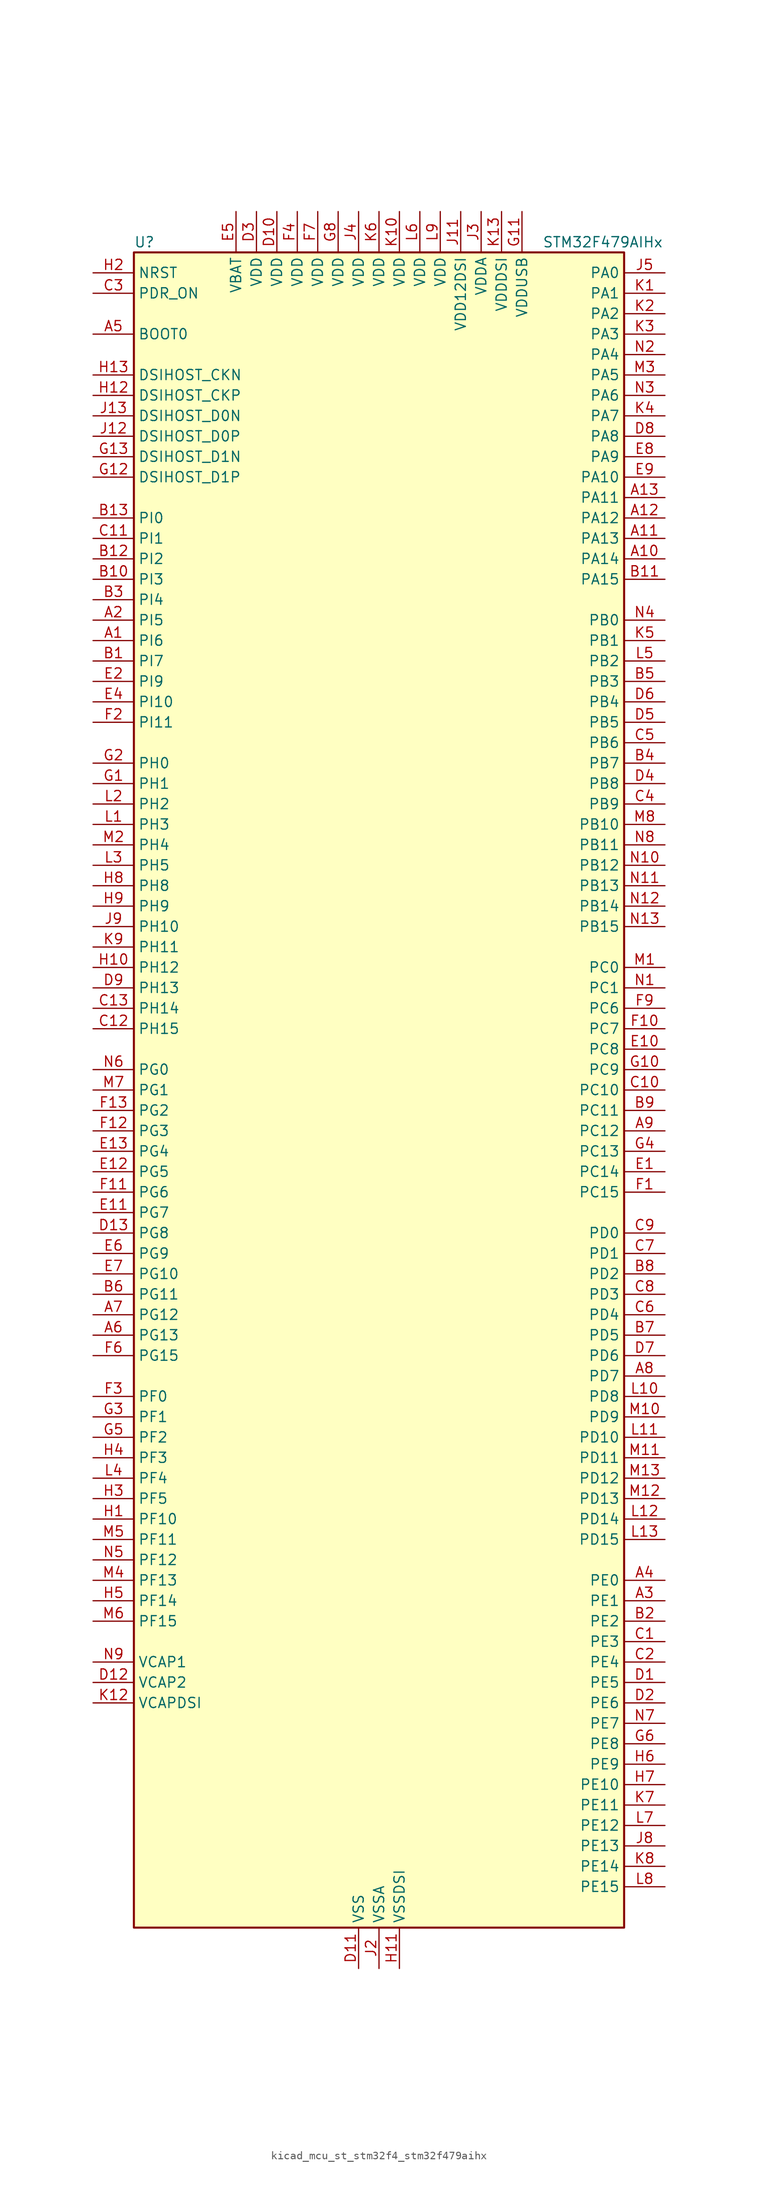
<source format=kicad_sym>
(kicad_symbol_lib
  (version 20220914)
  (generator kicad_symbol_editor)
  (symbol "kicad_mcu_st_stm32f4_stm32f479aihx"
    (property "Reference" "U"
      (at -30.48 105.41 0)
      (effects (font (size 1.27 1.27)) (justify left)))
    (property "Value" "STM32F479AIHx"
      (at 20.32 105.41 0)
      (effects (font (size 1.27 1.27)) (justify left)))
    (property "ki_locked" ""
      (at 0 0 0)
      (effects (font (size 1.27 1.27))))
    (symbol "kicad_mcu_st_stm32f4_stm32f479aihx_0_1"
      (rectangle (start -30.48 -104.14) (end 30.48 104.14) (stroke (width 0.254) (type default)) (fill (type background))))
    (symbol "kicad_mcu_st_stm32f4_stm32f479aihx_1_1"
      (pin bidirectional line (at -35.56 55.88 0) (length 5.08) (name "PI6" (effects (font (size 1.27 1.27)))) (number "A1" (effects (font (size 1.27 1.27)))) (alternate "DCMI_D6" bidirectional line) (alternate "FMC_D28" bidirectional line) (alternate "LTDC_B6" bidirectional line) (alternate "TIM8_CH2" bidirectional line))
      (pin bidirectional line (at 35.56 66.04 180) (length 5.08) (name "PA14" (effects (font (size 1.27 1.27)))) (number "A10" (effects (font (size 1.27 1.27)))) (alternate "SYS_JTCK-SWCLK" bidirectional line))
      (pin bidirectional line (at 35.56 68.58 180) (length 5.08) (name "PA13" (effects (font (size 1.27 1.27)))) (number "A11" (effects (font (size 1.27 1.27)))) (alternate "SYS_JTMS-SWDIO" bidirectional line))
      (pin bidirectional line (at 35.56 71.12 180) (length 5.08) (name "PA12" (effects (font (size 1.27 1.27)))) (number "A12" (effects (font (size 1.27 1.27)))) (alternate "CAN1_TX" bidirectional line) (alternate "LTDC_R5" bidirectional line) (alternate "TIM1_ETR" bidirectional line) (alternate "USART1_RTS" bidirectional line) (alternate "USB_OTG_FS_DP" bidirectional line))
      (pin bidirectional line (at 35.56 73.66 180) (length 5.08) (name "PA11" (effects (font (size 1.27 1.27)))) (number "A13" (effects (font (size 1.27 1.27)))) (alternate "ADC1_EXTI11" bidirectional line) (alternate "ADC2_EXTI11" bidirectional line) (alternate "ADC3_EXTI11" bidirectional line) (alternate "CAN1_RX" bidirectional line) (alternate "LTDC_R4" bidirectional line) (alternate "TIM1_CH4" bidirectional line) (alternate "USART1_CTS" bidirectional line) (alternate "USB_OTG_FS_DM" bidirectional line))
      (pin bidirectional line (at -35.56 58.42 0) (length 5.08) (name "PI5" (effects (font (size 1.27 1.27)))) (number "A2" (effects (font (size 1.27 1.27)))) (alternate "DCMI_VSYNC" bidirectional line) (alternate "FMC_NBL3" bidirectional line) (alternate "LTDC_B5" bidirectional line) (alternate "TIM8_CH1" bidirectional line))
      (pin bidirectional line (at 35.56 -63.5 180) (length 5.08) (name "PE1" (effects (font (size 1.27 1.27)))) (number "A3" (effects (font (size 1.27 1.27)))) (alternate "DCMI_D3" bidirectional line) (alternate "FMC_NBL1" bidirectional line) (alternate "UART8_TX" bidirectional line))
      (pin bidirectional line (at 35.56 -60.96 180) (length 5.08) (name "PE0" (effects (font (size 1.27 1.27)))) (number "A4" (effects (font (size 1.27 1.27)))) (alternate "DCMI_D2" bidirectional line) (alternate "FMC_NBL0" bidirectional line) (alternate "TIM4_ETR" bidirectional line) (alternate "UART8_RX" bidirectional line))
      (pin input line (at -35.56 93.98 0) (length 5.08) (name "BOOT0" (effects (font (size 1.27 1.27)))) (number "A5" (effects (font (size 1.27 1.27)))))
      (pin bidirectional line (at -35.56 -30.48 0) (length 5.08) (name "PG13" (effects (font (size 1.27 1.27)))) (number "A6" (effects (font (size 1.27 1.27)))) (alternate "FMC_A24" bidirectional line) (alternate "LTDC_R0" bidirectional line) (alternate "SPI6_SCK" bidirectional line) (alternate "SYS_TRACED0" bidirectional line) (alternate "USART6_CTS" bidirectional line))
      (pin bidirectional line (at -35.56 -27.94 0) (length 5.08) (name "PG12" (effects (font (size 1.27 1.27)))) (number "A7" (effects (font (size 1.27 1.27)))) (alternate "FMC_NE4" bidirectional line) (alternate "LTDC_B1" bidirectional line) (alternate "LTDC_B4" bidirectional line) (alternate "SPI6_MISO" bidirectional line) (alternate "USART6_RTS" bidirectional line))
      (pin bidirectional line (at 35.56 -35.56 180) (length 5.08) (name "PD7" (effects (font (size 1.27 1.27)))) (number "A8" (effects (font (size 1.27 1.27)))) (alternate "FMC_NE1" bidirectional line) (alternate "USART2_CK" bidirectional line))
      (pin bidirectional line (at 35.56 -5.08 180) (length 5.08) (name "PC12" (effects (font (size 1.27 1.27)))) (number "A9" (effects (font (size 1.27 1.27)))) (alternate "DCMI_D9" bidirectional line) (alternate "I2S3_SD" bidirectional line) (alternate "SDIO_CK" bidirectional line) (alternate "SPI3_MOSI" bidirectional line) (alternate "SYS_TRACED3" bidirectional line) (alternate "UART5_TX" bidirectional line) (alternate "USART3_CK" bidirectional line))
      (pin bidirectional line (at -35.56 53.34 0) (length 5.08) (name "PI7" (effects (font (size 1.27 1.27)))) (number "B1" (effects (font (size 1.27 1.27)))) (alternate "DCMI_D7" bidirectional line) (alternate "FMC_D29" bidirectional line) (alternate "LTDC_B7" bidirectional line) (alternate "TIM8_CH3" bidirectional line))
      (pin bidirectional line (at -35.56 63.5 0) (length 5.08) (name "PI3" (effects (font (size 1.27 1.27)))) (number "B10" (effects (font (size 1.27 1.27)))) (alternate "DCMI_D10" bidirectional line) (alternate "FMC_D27" bidirectional line) (alternate "I2S2_SD" bidirectional line) (alternate "SPI2_MOSI" bidirectional line) (alternate "TIM8_ETR" bidirectional line))
      (pin bidirectional line (at 35.56 63.5 180) (length 5.08) (name "PA15" (effects (font (size 1.27 1.27)))) (number "B11" (effects (font (size 1.27 1.27)))) (alternate "ADC1_EXTI15" bidirectional line) (alternate "ADC2_EXTI15" bidirectional line) (alternate "ADC3_EXTI15" bidirectional line) (alternate "I2S3_WS" bidirectional line) (alternate "SPI1_NSS" bidirectional line) (alternate "SPI3_NSS" bidirectional line) (alternate "SYS_JTDI" bidirectional line) (alternate "TIM2_CH1" bidirectional line) (alternate "TIM2_ETR" bidirectional line))
      (pin bidirectional line (at -35.56 66.04 0) (length 5.08) (name "PI2" (effects (font (size 1.27 1.27)))) (number "B12" (effects (font (size 1.27 1.27)))) (alternate "DCMI_D9" bidirectional line) (alternate "FMC_D26" bidirectional line) (alternate "I2S2_ext_SD" bidirectional line) (alternate "LTDC_G7" bidirectional line) (alternate "SPI2_MISO" bidirectional line) (alternate "TIM8_CH4" bidirectional line))
      (pin bidirectional line (at -35.56 71.12 0) (length 5.08) (name "PI0" (effects (font (size 1.27 1.27)))) (number "B13" (effects (font (size 1.27 1.27)))) (alternate "DCMI_D13" bidirectional line) (alternate "FMC_D24" bidirectional line) (alternate "I2S2_WS" bidirectional line) (alternate "LTDC_G5" bidirectional line) (alternate "SPI2_NSS" bidirectional line) (alternate "TIM5_CH4" bidirectional line))
      (pin bidirectional line (at 35.56 -66.04 180) (length 5.08) (name "PE2" (effects (font (size 1.27 1.27)))) (number "B2" (effects (font (size 1.27 1.27)))) (alternate "FMC_A23" bidirectional line) (alternate "QUADSPI_BK1_IO2" bidirectional line) (alternate "SAI1_MCLK_A" bidirectional line) (alternate "SPI4_SCK" bidirectional line) (alternate "SYS_TRACECLK" bidirectional line))
      (pin bidirectional line (at -35.56 60.96 0) (length 5.08) (name "PI4" (effects (font (size 1.27 1.27)))) (number "B3" (effects (font (size 1.27 1.27)))) (alternate "DCMI_D5" bidirectional line) (alternate "FMC_NBL2" bidirectional line) (alternate "LTDC_B4" bidirectional line) (alternate "TIM8_BKIN" bidirectional line))
      (pin bidirectional line (at 35.56 40.64 180) (length 5.08) (name "PB7" (effects (font (size 1.27 1.27)))) (number "B4" (effects (font (size 1.27 1.27)))) (alternate "DCMI_VSYNC" bidirectional line) (alternate "FMC_NL" bidirectional line) (alternate "I2C1_SDA" bidirectional line) (alternate "TIM4_CH2" bidirectional line) (alternate "USART1_RX" bidirectional line))
      (pin bidirectional line (at 35.56 50.8 180) (length 5.08) (name "PB3" (effects (font (size 1.27 1.27)))) (number "B5" (effects (font (size 1.27 1.27)))) (alternate "I2S3_CK" bidirectional line) (alternate "SPI1_SCK" bidirectional line) (alternate "SPI3_SCK" bidirectional line) (alternate "SYS_JTDO-SWO" bidirectional line) (alternate "TIM2_CH2" bidirectional line))
      (pin bidirectional line (at -35.56 -25.4 0) (length 5.08) (name "PG11" (effects (font (size 1.27 1.27)))) (number "B6" (effects (font (size 1.27 1.27)))) (alternate "ADC1_EXTI11" bidirectional line) (alternate "ADC2_EXTI11" bidirectional line) (alternate "ADC3_EXTI11" bidirectional line) (alternate "DCMI_D3" bidirectional line) (alternate "LTDC_B3" bidirectional line))
      (pin bidirectional line (at 35.56 -30.48 180) (length 5.08) (name "PD5" (effects (font (size 1.27 1.27)))) (number "B7" (effects (font (size 1.27 1.27)))) (alternate "FMC_NWE" bidirectional line) (alternate "USART2_TX" bidirectional line))
      (pin bidirectional line (at 35.56 -22.86 180) (length 5.08) (name "PD2" (effects (font (size 1.27 1.27)))) (number "B8" (effects (font (size 1.27 1.27)))) (alternate "DCMI_D11" bidirectional line) (alternate "SDIO_CMD" bidirectional line) (alternate "SYS_TRACED2" bidirectional line) (alternate "TIM3_ETR" bidirectional line) (alternate "UART5_RX" bidirectional line))
      (pin bidirectional line (at 35.56 -2.54 180) (length 5.08) (name "PC11" (effects (font (size 1.27 1.27)))) (number "B9" (effects (font (size 1.27 1.27)))) (alternate "ADC1_EXTI11" bidirectional line) (alternate "ADC2_EXTI11" bidirectional line) (alternate "ADC3_EXTI11" bidirectional line) (alternate "DCMI_D4" bidirectional line) (alternate "I2S3_ext_SD" bidirectional line) (alternate "QUADSPI_BK2_NCS" bidirectional line) (alternate "SDIO_D3" bidirectional line) (alternate "SPI3_MISO" bidirectional line) (alternate "UART4_RX" bidirectional line) (alternate "USART3_RX" bidirectional line))
      (pin bidirectional line (at 35.56 -68.58 180) (length 5.08) (name "PE3" (effects (font (size 1.27 1.27)))) (number "C1" (effects (font (size 1.27 1.27)))) (alternate "FMC_A19" bidirectional line) (alternate "SAI1_SD_B" bidirectional line) (alternate "SYS_TRACED0" bidirectional line))
      (pin bidirectional line (at 35.56 0 180) (length 5.08) (name "PC10" (effects (font (size 1.27 1.27)))) (number "C10" (effects (font (size 1.27 1.27)))) (alternate "DCMI_D8" bidirectional line) (alternate "I2S3_CK" bidirectional line) (alternate "LTDC_R2" bidirectional line) (alternate "QUADSPI_BK1_IO1" bidirectional line) (alternate "SDIO_D2" bidirectional line) (alternate "SPI3_SCK" bidirectional line) (alternate "UART4_TX" bidirectional line) (alternate "USART3_TX" bidirectional line))
      (pin bidirectional line (at -35.56 68.58 0) (length 5.08) (name "PI1" (effects (font (size 1.27 1.27)))) (number "C11" (effects (font (size 1.27 1.27)))) (alternate "DCMI_D8" bidirectional line) (alternate "FMC_D25" bidirectional line) (alternate "I2S2_CK" bidirectional line) (alternate "LTDC_G6" bidirectional line) (alternate "SPI2_SCK" bidirectional line))
      (pin bidirectional line (at -35.56 7.62 0) (length 5.08) (name "PH15" (effects (font (size 1.27 1.27)))) (number "C12" (effects (font (size 1.27 1.27)))) (alternate "ADC1_EXTI15" bidirectional line) (alternate "ADC2_EXTI15" bidirectional line) (alternate "ADC3_EXTI15" bidirectional line) (alternate "DCMI_D11" bidirectional line) (alternate "FMC_D23" bidirectional line) (alternate "LTDC_G4" bidirectional line) (alternate "TIM8_CH3N" bidirectional line))
      (pin bidirectional line (at -35.56 10.16 0) (length 5.08) (name "PH14" (effects (font (size 1.27 1.27)))) (number "C13" (effects (font (size 1.27 1.27)))) (alternate "DCMI_D4" bidirectional line) (alternate "FMC_D22" bidirectional line) (alternate "LTDC_G3" bidirectional line) (alternate "TIM8_CH2N" bidirectional line))
      (pin bidirectional line (at 35.56 -71.12 180) (length 5.08) (name "PE4" (effects (font (size 1.27 1.27)))) (number "C2" (effects (font (size 1.27 1.27)))) (alternate "DCMI_D4" bidirectional line) (alternate "FMC_A20" bidirectional line) (alternate "LTDC_B0" bidirectional line) (alternate "SAI1_FS_A" bidirectional line) (alternate "SPI4_NSS" bidirectional line) (alternate "SYS_TRACED1" bidirectional line))
      (pin input line (at -35.56 99.06 0) (length 5.08) (name "PDR_ON" (effects (font (size 1.27 1.27)))) (number "C3" (effects (font (size 1.27 1.27)))))
      (pin bidirectional line (at 35.56 35.56 180) (length 5.08) (name "PB9" (effects (font (size 1.27 1.27)))) (number "C4" (effects (font (size 1.27 1.27)))) (alternate "CAN1_TX" bidirectional line) (alternate "DAC_EXTI9" bidirectional line) (alternate "DCMI_D7" bidirectional line) (alternate "I2C1_SDA" bidirectional line) (alternate "I2S2_WS" bidirectional line) (alternate "LTDC_B7" bidirectional line) (alternate "SDIO_D5" bidirectional line) (alternate "SPI2_NSS" bidirectional line) (alternate "TIM11_CH1" bidirectional line) (alternate "TIM4_CH4" bidirectional line))
      (pin bidirectional line (at 35.56 43.18 180) (length 5.08) (name "PB6" (effects (font (size 1.27 1.27)))) (number "C5" (effects (font (size 1.27 1.27)))) (alternate "CAN2_TX" bidirectional line) (alternate "DCMI_D5" bidirectional line) (alternate "FMC_SDNE1" bidirectional line) (alternate "I2C1_SCL" bidirectional line) (alternate "QUADSPI_BK1_NCS" bidirectional line) (alternate "TIM4_CH1" bidirectional line) (alternate "USART1_TX" bidirectional line))
      (pin bidirectional line (at 35.56 -27.94 180) (length 5.08) (name "PD4" (effects (font (size 1.27 1.27)))) (number "C6" (effects (font (size 1.27 1.27)))) (alternate "FMC_NOE" bidirectional line) (alternate "USART2_RTS" bidirectional line))
      (pin bidirectional line (at 35.56 -20.32 180) (length 5.08) (name "PD1" (effects (font (size 1.27 1.27)))) (number "C7" (effects (font (size 1.27 1.27)))) (alternate "CAN1_TX" bidirectional line) (alternate "FMC_D3" bidirectional line) (alternate "FMC_DA3" bidirectional line))
      (pin bidirectional line (at 35.56 -25.4 180) (length 5.08) (name "PD3" (effects (font (size 1.27 1.27)))) (number "C8" (effects (font (size 1.27 1.27)))) (alternate "DCMI_D5" bidirectional line) (alternate "FMC_CLK" bidirectional line) (alternate "I2S2_CK" bidirectional line) (alternate "LTDC_G7" bidirectional line) (alternate "SPI2_SCK" bidirectional line) (alternate "USART2_CTS" bidirectional line))
      (pin bidirectional line (at 35.56 -17.78 180) (length 5.08) (name "PD0" (effects (font (size 1.27 1.27)))) (number "C9" (effects (font (size 1.27 1.27)))) (alternate "CAN1_RX" bidirectional line) (alternate "FMC_D2" bidirectional line) (alternate "FMC_DA2" bidirectional line))
      (pin bidirectional line (at 35.56 -73.66 180) (length 5.08) (name "PE5" (effects (font (size 1.27 1.27)))) (number "D1" (effects (font (size 1.27 1.27)))) (alternate "DCMI_D6" bidirectional line) (alternate "FMC_A21" bidirectional line) (alternate "LTDC_G0" bidirectional line) (alternate "SAI1_SCK_A" bidirectional line) (alternate "SPI4_MISO" bidirectional line) (alternate "SYS_TRACED2" bidirectional line) (alternate "TIM9_CH1" bidirectional line))
      (pin power_in line (at -12.7 109.22 270) (length 5.08) (name "VDD" (effects (font (size 1.27 1.27)))) (number "D10" (effects (font (size 1.27 1.27)))))
      (pin power_in line (at -2.54 -109.22 90) (length 5.08) (name "VSS" (effects (font (size 1.27 1.27)))) (number "D11" (effects (font (size 1.27 1.27)))))
      (pin power_out line (at -35.56 -73.66 0) (length 5.08) (name "VCAP2" (effects (font (size 1.27 1.27)))) (number "D12" (effects (font (size 1.27 1.27)))))
      (pin bidirectional line (at -35.56 -17.78 0) (length 5.08) (name "PG8" (effects (font (size 1.27 1.27)))) (number "D13" (effects (font (size 1.27 1.27)))) (alternate "FMC_SDCLK" bidirectional line) (alternate "LTDC_G7" bidirectional line) (alternate "SPI6_NSS" bidirectional line) (alternate "USART6_RTS" bidirectional line))
      (pin bidirectional line (at 35.56 -76.2 180) (length 5.08) (name "PE6" (effects (font (size 1.27 1.27)))) (number "D2" (effects (font (size 1.27 1.27)))) (alternate "DCMI_D7" bidirectional line) (alternate "FMC_A22" bidirectional line) (alternate "LTDC_G1" bidirectional line) (alternate "SAI1_SD_A" bidirectional line) (alternate "SPI4_MOSI" bidirectional line) (alternate "SYS_TRACED3" bidirectional line) (alternate "TIM9_CH2" bidirectional line))
      (pin power_in line (at -15.24 109.22 270) (length 5.08) (name "VDD" (effects (font (size 1.27 1.27)))) (number "D3" (effects (font (size 1.27 1.27)))))
      (pin bidirectional line (at 35.56 38.1 180) (length 5.08) (name "PB8" (effects (font (size 1.27 1.27)))) (number "D4" (effects (font (size 1.27 1.27)))) (alternate "CAN1_RX" bidirectional line) (alternate "DCMI_D6" bidirectional line) (alternate "I2C1_SCL" bidirectional line) (alternate "LTDC_B6" bidirectional line) (alternate "SDIO_D4" bidirectional line) (alternate "TIM10_CH1" bidirectional line) (alternate "TIM4_CH3" bidirectional line))
      (pin bidirectional line (at 35.56 45.72 180) (length 5.08) (name "PB5" (effects (font (size 1.27 1.27)))) (number "D5" (effects (font (size 1.27 1.27)))) (alternate "CAN2_RX" bidirectional line) (alternate "DCMI_D10" bidirectional line) (alternate "FMC_SDCKE1" bidirectional line) (alternate "I2C1_SMBA" bidirectional line) (alternate "I2S3_SD" bidirectional line) (alternate "LTDC_G7" bidirectional line) (alternate "SPI1_MOSI" bidirectional line) (alternate "SPI3_MOSI" bidirectional line) (alternate "TIM3_CH2" bidirectional line) (alternate "USB_OTG_HS_ULPI_D7" bidirectional line))
      (pin bidirectional line (at 35.56 48.26 180) (length 5.08) (name "PB4" (effects (font (size 1.27 1.27)))) (number "D6" (effects (font (size 1.27 1.27)))) (alternate "I2S3_ext_SD" bidirectional line) (alternate "SPI1_MISO" bidirectional line) (alternate "SPI3_MISO" bidirectional line) (alternate "SYS_JTRST" bidirectional line) (alternate "TIM3_CH1" bidirectional line))
      (pin bidirectional line (at 35.56 -33.02 180) (length 5.08) (name "PD6" (effects (font (size 1.27 1.27)))) (number "D7" (effects (font (size 1.27 1.27)))) (alternate "DCMI_D10" bidirectional line) (alternate "FMC_NWAIT" bidirectional line) (alternate "I2S3_SD" bidirectional line) (alternate "LTDC_B2" bidirectional line) (alternate "SAI1_SD_A" bidirectional line) (alternate "SPI3_MOSI" bidirectional line) (alternate "USART2_RX" bidirectional line))
      (pin bidirectional line (at 35.56 81.28 180) (length 5.08) (name "PA8" (effects (font (size 1.27 1.27)))) (number "D8" (effects (font (size 1.27 1.27)))) (alternate "I2C3_SCL" bidirectional line) (alternate "LTDC_R6" bidirectional line) (alternate "RCC_MCO_1" bidirectional line) (alternate "TIM1_CH1" bidirectional line) (alternate "USART1_CK" bidirectional line) (alternate "USB_OTG_FS_SOF" bidirectional line))
      (pin bidirectional line (at -35.56 12.7 0) (length 5.08) (name "PH13" (effects (font (size 1.27 1.27)))) (number "D9" (effects (font (size 1.27 1.27)))) (alternate "CAN1_TX" bidirectional line) (alternate "FMC_D21" bidirectional line) (alternate "LTDC_G2" bidirectional line) (alternate "TIM8_CH1N" bidirectional line))
      (pin bidirectional line (at 35.56 -10.16 180) (length 5.08) (name "PC14" (effects (font (size 1.27 1.27)))) (number "E1" (effects (font (size 1.27 1.27)))) (alternate "RCC_OSC32_IN" bidirectional line))
      (pin bidirectional line (at 35.56 5.08 180) (length 5.08) (name "PC8" (effects (font (size 1.27 1.27)))) (number "E10" (effects (font (size 1.27 1.27)))) (alternate "DCMI_D2" bidirectional line) (alternate "SDIO_D0" bidirectional line) (alternate "SYS_TRACED1" bidirectional line) (alternate "TIM3_CH3" bidirectional line) (alternate "TIM8_CH3" bidirectional line) (alternate "USART6_CK" bidirectional line))
      (pin bidirectional line (at -35.56 -15.24 0) (length 5.08) (name "PG7" (effects (font (size 1.27 1.27)))) (number "E11" (effects (font (size 1.27 1.27)))) (alternate "DCMI_D13" bidirectional line) (alternate "FMC_INT" bidirectional line) (alternate "LTDC_CLK" bidirectional line) (alternate "SAI1_MCLK_A" bidirectional line) (alternate "USART6_CK" bidirectional line))
      (pin bidirectional line (at -35.56 -10.16 0) (length 5.08) (name "PG5" (effects (font (size 1.27 1.27)))) (number "E12" (effects (font (size 1.27 1.27)))) (alternate "FMC_A15" bidirectional line) (alternate "FMC_BA1" bidirectional line))
      (pin bidirectional line (at -35.56 -7.62 0) (length 5.08) (name "PG4" (effects (font (size 1.27 1.27)))) (number "E13" (effects (font (size 1.27 1.27)))) (alternate "FMC_A14" bidirectional line) (alternate "FMC_BA0" bidirectional line))
      (pin bidirectional line (at -35.56 50.8 0) (length 5.08) (name "PI9" (effects (font (size 1.27 1.27)))) (number "E2" (effects (font (size 1.27 1.27)))) (alternate "CAN1_RX" bidirectional line) (alternate "DAC_EXTI9" bidirectional line) (alternate "FMC_D30" bidirectional line) (alternate "LTDC_VSYNC" bidirectional line))
      (pin passive line (at -2.54 -109.22 90) (length 5.08) hide (name "VSS" (effects (font (size 1.27 1.27)))) (number "E3" (effects (font (size 1.27 1.27)))))
      (pin bidirectional line (at -35.56 48.26 0) (length 5.08) (name "PI10" (effects (font (size 1.27 1.27)))) (number "E4" (effects (font (size 1.27 1.27)))) (alternate "FMC_D31" bidirectional line) (alternate "LTDC_HSYNC" bidirectional line))
      (pin power_in line (at -17.78 109.22 270) (length 5.08) (name "VBAT" (effects (font (size 1.27 1.27)))) (number "E5" (effects (font (size 1.27 1.27)))))
      (pin bidirectional line (at -35.56 -20.32 0) (length 5.08) (name "PG9" (effects (font (size 1.27 1.27)))) (number "E6" (effects (font (size 1.27 1.27)))) (alternate "DAC_EXTI9" bidirectional line) (alternate "DCMI_VSYNC" bidirectional line) (alternate "FMC_NCE" bidirectional line) (alternate "FMC_NE2" bidirectional line) (alternate "QUADSPI_BK2_IO2" bidirectional line) (alternate "USART6_RX" bidirectional line))
      (pin bidirectional line (at -35.56 -22.86 0) (length 5.08) (name "PG10" (effects (font (size 1.27 1.27)))) (number "E7" (effects (font (size 1.27 1.27)))) (alternate "DCMI_D2" bidirectional line) (alternate "FMC_NE3" bidirectional line) (alternate "LTDC_B2" bidirectional line) (alternate "LTDC_G3" bidirectional line))
      (pin bidirectional line (at 35.56 78.74 180) (length 5.08) (name "PA9" (effects (font (size 1.27 1.27)))) (number "E8" (effects (font (size 1.27 1.27)))) (alternate "DAC_EXTI9" bidirectional line) (alternate "DCMI_D0" bidirectional line) (alternate "I2C3_SMBA" bidirectional line) (alternate "I2S2_CK" bidirectional line) (alternate "SPI2_SCK" bidirectional line) (alternate "TIM1_CH2" bidirectional line) (alternate "USART1_TX" bidirectional line) (alternate "USB_OTG_FS_VBUS" bidirectional line))
      (pin bidirectional line (at 35.56 76.2 180) (length 5.08) (name "PA10" (effects (font (size 1.27 1.27)))) (number "E9" (effects (font (size 1.27 1.27)))) (alternate "DCMI_D1" bidirectional line) (alternate "TIM1_CH3" bidirectional line) (alternate "USART1_RX" bidirectional line) (alternate "USB_OTG_FS_ID" bidirectional line))
      (pin bidirectional line (at 35.56 -12.7 180) (length 5.08) (name "PC15" (effects (font (size 1.27 1.27)))) (number "F1" (effects (font (size 1.27 1.27)))) (alternate "ADC1_EXTI15" bidirectional line) (alternate "ADC2_EXTI15" bidirectional line) (alternate "ADC3_EXTI15" bidirectional line) (alternate "RCC_OSC32_OUT" bidirectional line))
      (pin bidirectional line (at 35.56 7.62 180) (length 5.08) (name "PC7" (effects (font (size 1.27 1.27)))) (number "F10" (effects (font (size 1.27 1.27)))) (alternate "DCMI_D1" bidirectional line) (alternate "I2S3_MCK" bidirectional line) (alternate "LTDC_G6" bidirectional line) (alternate "SDIO_D7" bidirectional line) (alternate "TIM3_CH2" bidirectional line) (alternate "TIM8_CH2" bidirectional line) (alternate "USART6_RX" bidirectional line))
      (pin bidirectional line (at -35.56 -12.7 0) (length 5.08) (name "PG6" (effects (font (size 1.27 1.27)))) (number "F11" (effects (font (size 1.27 1.27)))) (alternate "DCMI_D12" bidirectional line) (alternate "LTDC_R7" bidirectional line))
      (pin bidirectional line (at -35.56 -5.08 0) (length 5.08) (name "PG3" (effects (font (size 1.27 1.27)))) (number "F12" (effects (font (size 1.27 1.27)))) (alternate "FMC_A13" bidirectional line))
      (pin bidirectional line (at -35.56 -2.54 0) (length 5.08) (name "PG2" (effects (font (size 1.27 1.27)))) (number "F13" (effects (font (size 1.27 1.27)))) (alternate "FMC_A12" bidirectional line))
      (pin bidirectional line (at -35.56 45.72 0) (length 5.08) (name "PI11" (effects (font (size 1.27 1.27)))) (number "F2" (effects (font (size 1.27 1.27)))) (alternate "ADC1_EXTI11" bidirectional line) (alternate "ADC2_EXTI11" bidirectional line) (alternate "ADC3_EXTI11" bidirectional line) (alternate "LTDC_G6" bidirectional line) (alternate "USB_OTG_HS_ULPI_DIR" bidirectional line))
      (pin bidirectional line (at -35.56 -38.1 0) (length 5.08) (name "PF0" (effects (font (size 1.27 1.27)))) (number "F3" (effects (font (size 1.27 1.27)))) (alternate "FMC_A0" bidirectional line) (alternate "I2C2_SDA" bidirectional line))
      (pin power_in line (at -10.16 109.22 270) (length 5.08) (name "VDD" (effects (font (size 1.27 1.27)))) (number "F4" (effects (font (size 1.27 1.27)))))
      (pin passive line (at -2.54 -109.22 90) (length 5.08) hide (name "VSS" (effects (font (size 1.27 1.27)))) (number "F5" (effects (font (size 1.27 1.27)))))
      (pin bidirectional line (at -35.56 -33.02 0) (length 5.08) (name "PG15" (effects (font (size 1.27 1.27)))) (number "F6" (effects (font (size 1.27 1.27)))) (alternate "ADC1_EXTI15" bidirectional line) (alternate "ADC2_EXTI15" bidirectional line) (alternate "ADC3_EXTI15" bidirectional line) (alternate "DCMI_D13" bidirectional line) (alternate "FMC_SDNCAS" bidirectional line) (alternate "USART6_CTS" bidirectional line))
      (pin power_in line (at -7.62 109.22 270) (length 5.08) (name "VDD" (effects (font (size 1.27 1.27)))) (number "F7" (effects (font (size 1.27 1.27)))))
      (pin passive line (at -2.54 -109.22 90) (length 5.08) hide (name "VSS" (effects (font (size 1.27 1.27)))) (number "F8" (effects (font (size 1.27 1.27)))))
      (pin bidirectional line (at 35.56 10.16 180) (length 5.08) (name "PC6" (effects (font (size 1.27 1.27)))) (number "F9" (effects (font (size 1.27 1.27)))) (alternate "DCMI_D0" bidirectional line) (alternate "I2S2_MCK" bidirectional line) (alternate "LTDC_HSYNC" bidirectional line) (alternate "SDIO_D6" bidirectional line) (alternate "TIM3_CH1" bidirectional line) (alternate "TIM8_CH1" bidirectional line) (alternate "USART6_TX" bidirectional line))
      (pin bidirectional line (at -35.56 38.1 0) (length 5.08) (name "PH1" (effects (font (size 1.27 1.27)))) (number "G1" (effects (font (size 1.27 1.27)))) (alternate "RCC_OSC_OUT" bidirectional line))
      (pin bidirectional line (at 35.56 2.54 180) (length 5.08) (name "PC9" (effects (font (size 1.27 1.27)))) (number "G10" (effects (font (size 1.27 1.27)))) (alternate "DAC_EXTI9" bidirectional line) (alternate "DCMI_D3" bidirectional line) (alternate "I2C3_SDA" bidirectional line) (alternate "I2S_CKIN" bidirectional line) (alternate "QUADSPI_BK1_IO0" bidirectional line) (alternate "RCC_MCO_2" bidirectional line) (alternate "SDIO_D1" bidirectional line) (alternate "TIM3_CH4" bidirectional line) (alternate "TIM8_CH4" bidirectional line))
      (pin power_in line (at 17.78 109.22 270) (length 5.08) (name "VDDUSB" (effects (font (size 1.27 1.27)))) (number "G11" (effects (font (size 1.27 1.27)))))
      (pin bidirectional line (at -35.56 76.2 0) (length 5.08) (name "DSIHOST_D1P" (effects (font (size 1.27 1.27)))) (number "G12" (effects (font (size 1.27 1.27)))) (alternate "DSIHOST_D1P" bidirectional line))
      (pin bidirectional line (at -35.56 78.74 0) (length 5.08) (name "DSIHOST_D1N" (effects (font (size 1.27 1.27)))) (number "G13" (effects (font (size 1.27 1.27)))) (alternate "DSIHOST_D1N" bidirectional line))
      (pin bidirectional line (at -35.56 40.64 0) (length 5.08) (name "PH0" (effects (font (size 1.27 1.27)))) (number "G2" (effects (font (size 1.27 1.27)))) (alternate "RCC_OSC_IN" bidirectional line))
      (pin bidirectional line (at -35.56 -40.64 0) (length 5.08) (name "PF1" (effects (font (size 1.27 1.27)))) (number "G3" (effects (font (size 1.27 1.27)))) (alternate "FMC_A1" bidirectional line) (alternate "I2C2_SCL" bidirectional line))
      (pin bidirectional line (at 35.56 -7.62 180) (length 5.08) (name "PC13" (effects (font (size 1.27 1.27)))) (number "G4" (effects (font (size 1.27 1.27)))) (alternate "RTC_AF1" bidirectional line))
      (pin bidirectional line (at -35.56 -43.18 0) (length 5.08) (name "PF2" (effects (font (size 1.27 1.27)))) (number "G5" (effects (font (size 1.27 1.27)))) (alternate "FMC_A2" bidirectional line) (alternate "I2C2_SMBA" bidirectional line))
      (pin bidirectional line (at 35.56 -81.28 180) (length 5.08) (name "PE8" (effects (font (size 1.27 1.27)))) (number "G6" (effects (font (size 1.27 1.27)))) (alternate "FMC_D5" bidirectional line) (alternate "FMC_DA5" bidirectional line) (alternate "QUADSPI_BK2_IO1" bidirectional line) (alternate "TIM1_CH1N" bidirectional line) (alternate "UART7_TX" bidirectional line))
      (pin passive line (at -2.54 -109.22 90) (length 5.08) hide (name "VSS" (effects (font (size 1.27 1.27)))) (number "G7" (effects (font (size 1.27 1.27)))))
      (pin power_in line (at -5.08 109.22 270) (length 5.08) (name "VDD" (effects (font (size 1.27 1.27)))) (number "G8" (effects (font (size 1.27 1.27)))))
      (pin passive line (at -2.54 -109.22 90) (length 5.08) hide (name "VSS" (effects (font (size 1.27 1.27)))) (number "G9" (effects (font (size 1.27 1.27)))))
      (pin bidirectional line (at -35.56 -53.34 0) (length 5.08) (name "PF10" (effects (font (size 1.27 1.27)))) (number "H1" (effects (font (size 1.27 1.27)))) (alternate "ADC3_IN8" bidirectional line) (alternate "DCMI_D11" bidirectional line) (alternate "LTDC_DE" bidirectional line) (alternate "QUADSPI_CLK" bidirectional line))
      (pin bidirectional line (at -35.56 15.24 0) (length 5.08) (name "PH12" (effects (font (size 1.27 1.27)))) (number "H10" (effects (font (size 1.27 1.27)))) (alternate "DCMI_D3" bidirectional line) (alternate "FMC_D20" bidirectional line) (alternate "LTDC_R6" bidirectional line) (alternate "TIM5_CH3" bidirectional line))
      (pin power_in line (at 2.54 -109.22 90) (length 5.08) (name "VSSDSI" (effects (font (size 1.27 1.27)))) (number "H11" (effects (font (size 1.27 1.27)))))
      (pin bidirectional line (at -35.56 86.36 0) (length 5.08) (name "DSIHOST_CKP" (effects (font (size 1.27 1.27)))) (number "H12" (effects (font (size 1.27 1.27)))) (alternate "DSIHOST_CKP" bidirectional line))
      (pin bidirectional line (at -35.56 88.9 0) (length 5.08) (name "DSIHOST_CKN" (effects (font (size 1.27 1.27)))) (number "H13" (effects (font (size 1.27 1.27)))) (alternate "DSIHOST_CKN" bidirectional line))
      (pin input line (at -35.56 101.6 0) (length 5.08) (name "NRST" (effects (font (size 1.27 1.27)))) (number "H2" (effects (font (size 1.27 1.27)))))
      (pin bidirectional line (at -35.56 -50.8 0) (length 5.08) (name "PF5" (effects (font (size 1.27 1.27)))) (number "H3" (effects (font (size 1.27 1.27)))) (alternate "ADC3_IN15" bidirectional line) (alternate "FMC_A5" bidirectional line))
      (pin bidirectional line (at -35.56 -45.72 0) (length 5.08) (name "PF3" (effects (font (size 1.27 1.27)))) (number "H4" (effects (font (size 1.27 1.27)))) (alternate "ADC3_IN9" bidirectional line) (alternate "FMC_A3" bidirectional line))
      (pin bidirectional line (at -35.56 -63.5 0) (length 5.08) (name "PF14" (effects (font (size 1.27 1.27)))) (number "H5" (effects (font (size 1.27 1.27)))) (alternate "FMC_A8" bidirectional line))
      (pin bidirectional line (at 35.56 -83.82 180) (length 5.08) (name "PE9" (effects (font (size 1.27 1.27)))) (number "H6" (effects (font (size 1.27 1.27)))) (alternate "DAC_EXTI9" bidirectional line) (alternate "FMC_D6" bidirectional line) (alternate "FMC_DA6" bidirectional line) (alternate "QUADSPI_BK2_IO2" bidirectional line) (alternate "TIM1_CH1" bidirectional line))
      (pin bidirectional line (at 35.56 -86.36 180) (length 5.08) (name "PE10" (effects (font (size 1.27 1.27)))) (number "H7" (effects (font (size 1.27 1.27)))) (alternate "FMC_D7" bidirectional line) (alternate "FMC_DA7" bidirectional line) (alternate "QUADSPI_BK2_IO3" bidirectional line) (alternate "TIM1_CH2N" bidirectional line))
      (pin bidirectional line (at -35.56 25.4 0) (length 5.08) (name "PH8" (effects (font (size 1.27 1.27)))) (number "H8" (effects (font (size 1.27 1.27)))) (alternate "DCMI_HSYNC" bidirectional line) (alternate "FMC_D16" bidirectional line) (alternate "I2C3_SDA" bidirectional line) (alternate "LTDC_R2" bidirectional line))
      (pin bidirectional line (at -35.56 22.86 0) (length 5.08) (name "PH9" (effects (font (size 1.27 1.27)))) (number "H9" (effects (font (size 1.27 1.27)))) (alternate "DAC_EXTI9" bidirectional line) (alternate "DCMI_D0" bidirectional line) (alternate "FMC_D17" bidirectional line) (alternate "I2C3_SMBA" bidirectional line) (alternate "LTDC_R3" bidirectional line) (alternate "TIM12_CH2" bidirectional line))
      (pin passive line (at -2.54 -109.22 90) (length 5.08) hide (name "VSS" (effects (font (size 1.27 1.27)))) (number "J1" (effects (font (size 1.27 1.27)))))
      (pin passive line (at -2.54 -109.22 90) (length 5.08) hide (name "VSS" (effects (font (size 1.27 1.27)))) (number "J10" (effects (font (size 1.27 1.27)))))
      (pin power_in line (at 10.16 109.22 270) (length 5.08) (name "VDD12DSI" (effects (font (size 1.27 1.27)))) (number "J11" (effects (font (size 1.27 1.27)))))
      (pin bidirectional line (at -35.56 81.28 0) (length 5.08) (name "DSIHOST_D0P" (effects (font (size 1.27 1.27)))) (number "J12" (effects (font (size 1.27 1.27)))) (alternate "DSIHOST_D0P" bidirectional line))
      (pin bidirectional line (at -35.56 83.82 0) (length 5.08) (name "DSIHOST_D0N" (effects (font (size 1.27 1.27)))) (number "J13" (effects (font (size 1.27 1.27)))) (alternate "DSIHOST_D0N" bidirectional line))
      (pin power_in line (at 0 -109.22 90) (length 5.08) (name "VSSA" (effects (font (size 1.27 1.27)))) (number "J2" (effects (font (size 1.27 1.27)))))
      (pin power_in line (at 12.7 109.22 270) (length 5.08) (name "VDDA" (effects (font (size 1.27 1.27)))) (number "J3" (effects (font (size 1.27 1.27)))))
      (pin power_in line (at -2.54 109.22 270) (length 5.08) (name "VDD" (effects (font (size 1.27 1.27)))) (number "J4" (effects (font (size 1.27 1.27)))))
      (pin bidirectional line (at 35.56 101.6 180) (length 5.08) (name "PA0" (effects (font (size 1.27 1.27)))) (number "J5" (effects (font (size 1.27 1.27)))) (alternate "ADC1_IN0" bidirectional line) (alternate "ADC2_IN0" bidirectional line) (alternate "ADC3_IN0" bidirectional line) (alternate "SYS_WKUP" bidirectional line) (alternate "TIM2_CH1" bidirectional line) (alternate "TIM2_ETR" bidirectional line) (alternate "TIM5_CH1" bidirectional line) (alternate "TIM8_ETR" bidirectional line) (alternate "UART4_TX" bidirectional line) (alternate "USART2_CTS" bidirectional line))
      (pin passive line (at -2.54 -109.22 90) (length 5.08) hide (name "VSS" (effects (font (size 1.27 1.27)))) (number "J6" (effects (font (size 1.27 1.27)))))
      (pin passive line (at -2.54 -109.22 90) (length 5.08) hide (name "VSS" (effects (font (size 1.27 1.27)))) (number "J7" (effects (font (size 1.27 1.27)))))
      (pin bidirectional line (at 35.56 -93.98 180) (length 5.08) (name "PE13" (effects (font (size 1.27 1.27)))) (number "J8" (effects (font (size 1.27 1.27)))) (alternate "FMC_D10" bidirectional line) (alternate "FMC_DA10" bidirectional line) (alternate "LTDC_DE" bidirectional line) (alternate "SPI4_MISO" bidirectional line) (alternate "TIM1_CH3" bidirectional line))
      (pin bidirectional line (at -35.56 20.32 0) (length 5.08) (name "PH10" (effects (font (size 1.27 1.27)))) (number "J9" (effects (font (size 1.27 1.27)))) (alternate "DCMI_D1" bidirectional line) (alternate "FMC_D18" bidirectional line) (alternate "LTDC_R4" bidirectional line) (alternate "TIM5_CH1" bidirectional line))
      (pin bidirectional line (at 35.56 99.06 180) (length 5.08) (name "PA1" (effects (font (size 1.27 1.27)))) (number "K1" (effects (font (size 1.27 1.27)))) (alternate "ADC1_IN1" bidirectional line) (alternate "ADC2_IN1" bidirectional line) (alternate "ADC3_IN1" bidirectional line) (alternate "LTDC_R2" bidirectional line) (alternate "QUADSPI_BK1_IO3" bidirectional line) (alternate "TIM2_CH2" bidirectional line) (alternate "TIM5_CH2" bidirectional line) (alternate "UART4_RX" bidirectional line) (alternate "USART2_RTS" bidirectional line))
      (pin power_in line (at 2.54 109.22 270) (length 5.08) (name "VDD" (effects (font (size 1.27 1.27)))) (number "K10" (effects (font (size 1.27 1.27)))))
      (pin passive line (at 2.54 -109.22 90) (length 5.08) hide (name "VSSDSI" (effects (font (size 1.27 1.27)))) (number "K11" (effects (font (size 1.27 1.27)))))
      (pin power_out line (at -35.56 -76.2 0) (length 5.08) (name "VCAPDSI" (effects (font (size 1.27 1.27)))) (number "K12" (effects (font (size 1.27 1.27)))))
      (pin power_in line (at 15.24 109.22 270) (length 5.08) (name "VDDDSI" (effects (font (size 1.27 1.27)))) (number "K13" (effects (font (size 1.27 1.27)))))
      (pin bidirectional line (at 35.56 96.52 180) (length 5.08) (name "PA2" (effects (font (size 1.27 1.27)))) (number "K2" (effects (font (size 1.27 1.27)))) (alternate "ADC1_IN2" bidirectional line) (alternate "ADC2_IN2" bidirectional line) (alternate "ADC3_IN2" bidirectional line) (alternate "LTDC_R1" bidirectional line) (alternate "TIM2_CH3" bidirectional line) (alternate "TIM5_CH3" bidirectional line) (alternate "TIM9_CH1" bidirectional line) (alternate "USART2_TX" bidirectional line))
      (pin bidirectional line (at 35.56 93.98 180) (length 5.08) (name "PA3" (effects (font (size 1.27 1.27)))) (number "K3" (effects (font (size 1.27 1.27)))) (alternate "ADC1_IN3" bidirectional line) (alternate "ADC2_IN3" bidirectional line) (alternate "ADC3_IN3" bidirectional line) (alternate "LTDC_B2" bidirectional line) (alternate "LTDC_B5" bidirectional line) (alternate "TIM2_CH4" bidirectional line) (alternate "TIM5_CH4" bidirectional line) (alternate "TIM9_CH2" bidirectional line) (alternate "USART2_RX" bidirectional line) (alternate "USB_OTG_HS_ULPI_D0" bidirectional line))
      (pin bidirectional line (at 35.56 83.82 180) (length 5.08) (name "PA7" (effects (font (size 1.27 1.27)))) (number "K4" (effects (font (size 1.27 1.27)))) (alternate "ADC1_IN7" bidirectional line) (alternate "ADC2_IN7" bidirectional line) (alternate "FMC_SDNWE" bidirectional line) (alternate "QUADSPI_CLK" bidirectional line) (alternate "SPI1_MOSI" bidirectional line) (alternate "TIM14_CH1" bidirectional line) (alternate "TIM1_CH1N" bidirectional line) (alternate "TIM3_CH2" bidirectional line) (alternate "TIM8_CH1N" bidirectional line))
      (pin bidirectional line (at 35.56 55.88 180) (length 5.08) (name "PB1" (effects (font (size 1.27 1.27)))) (number "K5" (effects (font (size 1.27 1.27)))) (alternate "ADC1_IN9" bidirectional line) (alternate "ADC2_IN9" bidirectional line) (alternate "LTDC_G0" bidirectional line) (alternate "LTDC_R6" bidirectional line) (alternate "TIM1_CH3N" bidirectional line) (alternate "TIM3_CH4" bidirectional line) (alternate "TIM8_CH3N" bidirectional line) (alternate "USB_OTG_HS_ULPI_D2" bidirectional line))
      (pin power_in line (at 0 109.22 270) (length 5.08) (name "VDD" (effects (font (size 1.27 1.27)))) (number "K6" (effects (font (size 1.27 1.27)))))
      (pin bidirectional line (at 35.56 -88.9 180) (length 5.08) (name "PE11" (effects (font (size 1.27 1.27)))) (number "K7" (effects (font (size 1.27 1.27)))) (alternate "ADC1_EXTI11" bidirectional line) (alternate "ADC2_EXTI11" bidirectional line) (alternate "ADC3_EXTI11" bidirectional line) (alternate "FMC_D8" bidirectional line) (alternate "FMC_DA8" bidirectional line) (alternate "LTDC_G3" bidirectional line) (alternate "SPI4_NSS" bidirectional line) (alternate "TIM1_CH2" bidirectional line))
      (pin bidirectional line (at 35.56 -96.52 180) (length 5.08) (name "PE14" (effects (font (size 1.27 1.27)))) (number "K8" (effects (font (size 1.27 1.27)))) (alternate "FMC_D11" bidirectional line) (alternate "FMC_DA11" bidirectional line) (alternate "LTDC_CLK" bidirectional line) (alternate "SPI4_MOSI" bidirectional line) (alternate "TIM1_CH4" bidirectional line))
      (pin bidirectional line (at -35.56 17.78 0) (length 5.08) (name "PH11" (effects (font (size 1.27 1.27)))) (number "K9" (effects (font (size 1.27 1.27)))) (alternate "ADC1_EXTI11" bidirectional line) (alternate "ADC2_EXTI11" bidirectional line) (alternate "ADC3_EXTI11" bidirectional line) (alternate "DCMI_D2" bidirectional line) (alternate "FMC_D19" bidirectional line) (alternate "LTDC_R5" bidirectional line) (alternate "TIM5_CH2" bidirectional line))
      (pin bidirectional line (at -35.56 33.02 0) (length 5.08) (name "PH3" (effects (font (size 1.27 1.27)))) (number "L1" (effects (font (size 1.27 1.27)))) (alternate "FMC_SDNE0" bidirectional line) (alternate "LTDC_R1" bidirectional line) (alternate "QUADSPI_BK2_IO1" bidirectional line))
      (pin bidirectional line (at 35.56 -38.1 180) (length 5.08) (name "PD8" (effects (font (size 1.27 1.27)))) (number "L10" (effects (font (size 1.27 1.27)))) (alternate "FMC_D13" bidirectional line) (alternate "FMC_DA13" bidirectional line) (alternate "USART3_TX" bidirectional line))
      (pin bidirectional line (at 35.56 -43.18 180) (length 5.08) (name "PD10" (effects (font (size 1.27 1.27)))) (number "L11" (effects (font (size 1.27 1.27)))) (alternate "FMC_D15" bidirectional line) (alternate "FMC_DA15" bidirectional line) (alternate "LTDC_B3" bidirectional line) (alternate "USART3_CK" bidirectional line))
      (pin bidirectional line (at 35.56 -53.34 180) (length 5.08) (name "PD14" (effects (font (size 1.27 1.27)))) (number "L12" (effects (font (size 1.27 1.27)))) (alternate "FMC_D0" bidirectional line) (alternate "FMC_DA0" bidirectional line) (alternate "TIM4_CH3" bidirectional line))
      (pin bidirectional line (at 35.56 -55.88 180) (length 5.08) (name "PD15" (effects (font (size 1.27 1.27)))) (number "L13" (effects (font (size 1.27 1.27)))) (alternate "ADC1_EXTI15" bidirectional line) (alternate "ADC2_EXTI15" bidirectional line) (alternate "ADC3_EXTI15" bidirectional line) (alternate "FMC_D1" bidirectional line) (alternate "FMC_DA1" bidirectional line) (alternate "TIM4_CH4" bidirectional line))
      (pin bidirectional line (at -35.56 35.56 0) (length 5.08) (name "PH2" (effects (font (size 1.27 1.27)))) (number "L2" (effects (font (size 1.27 1.27)))) (alternate "FMC_SDCKE0" bidirectional line) (alternate "LTDC_R0" bidirectional line) (alternate "QUADSPI_BK2_IO0" bidirectional line))
      (pin bidirectional line (at -35.56 27.94 0) (length 5.08) (name "PH5" (effects (font (size 1.27 1.27)))) (number "L3" (effects (font (size 1.27 1.27)))) (alternate "FMC_SDNWE" bidirectional line) (alternate "I2C2_SDA" bidirectional line))
      (pin bidirectional line (at -35.56 -48.26 0) (length 5.08) (name "PF4" (effects (font (size 1.27 1.27)))) (number "L4" (effects (font (size 1.27 1.27)))) (alternate "ADC3_IN14" bidirectional line) (alternate "FMC_A4" bidirectional line))
      (pin bidirectional line (at 35.56 53.34 180) (length 5.08) (name "PB2" (effects (font (size 1.27 1.27)))) (number "L5" (effects (font (size 1.27 1.27)))))
      (pin power_in line (at 5.08 109.22 270) (length 5.08) (name "VDD" (effects (font (size 1.27 1.27)))) (number "L6" (effects (font (size 1.27 1.27)))))
      (pin bidirectional line (at 35.56 -91.44 180) (length 5.08) (name "PE12" (effects (font (size 1.27 1.27)))) (number "L7" (effects (font (size 1.27 1.27)))) (alternate "FMC_D9" bidirectional line) (alternate "FMC_DA9" bidirectional line) (alternate "LTDC_B4" bidirectional line) (alternate "SPI4_SCK" bidirectional line) (alternate "TIM1_CH3N" bidirectional line))
      (pin bidirectional line (at 35.56 -99.06 180) (length 5.08) (name "PE15" (effects (font (size 1.27 1.27)))) (number "L8" (effects (font (size 1.27 1.27)))) (alternate "ADC1_EXTI15" bidirectional line) (alternate "ADC2_EXTI15" bidirectional line) (alternate "ADC3_EXTI15" bidirectional line) (alternate "FMC_D12" bidirectional line) (alternate "FMC_DA12" bidirectional line) (alternate "LTDC_R7" bidirectional line) (alternate "TIM1_BKIN" bidirectional line))
      (pin power_in line (at 7.62 109.22 270) (length 5.08) (name "VDD" (effects (font (size 1.27 1.27)))) (number "L9" (effects (font (size 1.27 1.27)))))
      (pin bidirectional line (at 35.56 15.24 180) (length 5.08) (name "PC0" (effects (font (size 1.27 1.27)))) (number "M1" (effects (font (size 1.27 1.27)))) (alternate "ADC1_IN10" bidirectional line) (alternate "ADC2_IN10" bidirectional line) (alternate "ADC3_IN10" bidirectional line) (alternate "FMC_SDNWE" bidirectional line) (alternate "LTDC_R5" bidirectional line) (alternate "USB_OTG_HS_ULPI_STP" bidirectional line))
      (pin bidirectional line (at 35.56 -40.64 180) (length 5.08) (name "PD9" (effects (font (size 1.27 1.27)))) (number "M10" (effects (font (size 1.27 1.27)))) (alternate "DAC_EXTI9" bidirectional line) (alternate "FMC_D14" bidirectional line) (alternate "FMC_DA14" bidirectional line) (alternate "USART3_RX" bidirectional line))
      (pin bidirectional line (at 35.56 -45.72 180) (length 5.08) (name "PD11" (effects (font (size 1.27 1.27)))) (number "M11" (effects (font (size 1.27 1.27)))) (alternate "ADC1_EXTI11" bidirectional line) (alternate "ADC2_EXTI11" bidirectional line) (alternate "ADC3_EXTI11" bidirectional line) (alternate "FMC_A16" bidirectional line) (alternate "FMC_CLE" bidirectional line) (alternate "QUADSPI_BK1_IO0" bidirectional line) (alternate "USART3_CTS" bidirectional line))
      (pin bidirectional line (at 35.56 -50.8 180) (length 5.08) (name "PD13" (effects (font (size 1.27 1.27)))) (number "M12" (effects (font (size 1.27 1.27)))) (alternate "FMC_A18" bidirectional line) (alternate "QUADSPI_BK1_IO3" bidirectional line) (alternate "TIM4_CH2" bidirectional line))
      (pin bidirectional line (at 35.56 -48.26 180) (length 5.08) (name "PD12" (effects (font (size 1.27 1.27)))) (number "M13" (effects (font (size 1.27 1.27)))) (alternate "FMC_A17" bidirectional line) (alternate "FMC_ALE" bidirectional line) (alternate "QUADSPI_BK1_IO1" bidirectional line) (alternate "TIM4_CH1" bidirectional line) (alternate "USART3_RTS" bidirectional line))
      (pin bidirectional line (at -35.56 30.48 0) (length 5.08) (name "PH4" (effects (font (size 1.27 1.27)))) (number "M2" (effects (font (size 1.27 1.27)))) (alternate "I2C2_SCL" bidirectional line) (alternate "LTDC_G4" bidirectional line) (alternate "LTDC_G5" bidirectional line) (alternate "USB_OTG_HS_ULPI_NXT" bidirectional line))
      (pin bidirectional line (at 35.56 88.9 180) (length 5.08) (name "PA5" (effects (font (size 1.27 1.27)))) (number "M3" (effects (font (size 1.27 1.27)))) (alternate "ADC1_IN5" bidirectional line) (alternate "ADC2_IN5" bidirectional line) (alternate "DAC_OUT2" bidirectional line) (alternate "LTDC_R4" bidirectional line) (alternate "SPI1_SCK" bidirectional line) (alternate "TIM2_CH1" bidirectional line) (alternate "TIM2_ETR" bidirectional line) (alternate "TIM8_CH1N" bidirectional line) (alternate "USB_OTG_HS_ULPI_CK" bidirectional line))
      (pin bidirectional line (at -35.56 -60.96 0) (length 5.08) (name "PF13" (effects (font (size 1.27 1.27)))) (number "M4" (effects (font (size 1.27 1.27)))) (alternate "FMC_A7" bidirectional line))
      (pin bidirectional line (at -35.56 -55.88 0) (length 5.08) (name "PF11" (effects (font (size 1.27 1.27)))) (number "M5" (effects (font (size 1.27 1.27)))) (alternate "ADC1_EXTI11" bidirectional line) (alternate "ADC2_EXTI11" bidirectional line) (alternate "ADC3_EXTI11" bidirectional line) (alternate "DCMI_D12" bidirectional line) (alternate "FMC_SDNRAS" bidirectional line))
      (pin bidirectional line (at -35.56 -66.04 0) (length 5.08) (name "PF15" (effects (font (size 1.27 1.27)))) (number "M6" (effects (font (size 1.27 1.27)))) (alternate "ADC1_EXTI15" bidirectional line) (alternate "ADC2_EXTI15" bidirectional line) (alternate "ADC3_EXTI15" bidirectional line) (alternate "FMC_A9" bidirectional line))
      (pin bidirectional line (at -35.56 0 0) (length 5.08) (name "PG1" (effects (font (size 1.27 1.27)))) (number "M7" (effects (font (size 1.27 1.27)))) (alternate "FMC_A11" bidirectional line))
      (pin bidirectional line (at 35.56 33.02 180) (length 5.08) (name "PB10" (effects (font (size 1.27 1.27)))) (number "M8" (effects (font (size 1.27 1.27)))) (alternate "I2C2_SCL" bidirectional line) (alternate "I2S2_CK" bidirectional line) (alternate "LTDC_G4" bidirectional line) (alternate "QUADSPI_BK1_NCS" bidirectional line) (alternate "SPI2_SCK" bidirectional line) (alternate "TIM2_CH3" bidirectional line) (alternate "USART3_TX" bidirectional line) (alternate "USB_OTG_HS_ULPI_D3" bidirectional line))
      (pin passive line (at -2.54 -109.22 90) (length 5.08) hide (name "VSS" (effects (font (size 1.27 1.27)))) (number "M9" (effects (font (size 1.27 1.27)))))
      (pin bidirectional line (at 35.56 12.7 180) (length 5.08) (name "PC1" (effects (font (size 1.27 1.27)))) (number "N1" (effects (font (size 1.27 1.27)))) (alternate "ADC1_IN11" bidirectional line) (alternate "ADC2_IN11" bidirectional line) (alternate "ADC3_IN11" bidirectional line) (alternate "I2S2_SD" bidirectional line) (alternate "SAI1_SD_A" bidirectional line) (alternate "SPI2_MOSI" bidirectional line) (alternate "SYS_TRACED0" bidirectional line))
      (pin bidirectional line (at 35.56 27.94 180) (length 5.08) (name "PB12" (effects (font (size 1.27 1.27)))) (number "N10" (effects (font (size 1.27 1.27)))) (alternate "CAN2_RX" bidirectional line) (alternate "I2C2_SMBA" bidirectional line) (alternate "I2S2_WS" bidirectional line) (alternate "SPI2_NSS" bidirectional line) (alternate "TIM1_BKIN" bidirectional line) (alternate "USART3_CK" bidirectional line) (alternate "USB_OTG_HS_ID" bidirectional line) (alternate "USB_OTG_HS_ULPI_D5" bidirectional line))
      (pin bidirectional line (at 35.56 25.4 180) (length 5.08) (name "PB13" (effects (font (size 1.27 1.27)))) (number "N11" (effects (font (size 1.27 1.27)))) (alternate "CAN2_TX" bidirectional line) (alternate "I2S2_CK" bidirectional line) (alternate "SPI2_SCK" bidirectional line) (alternate "TIM1_CH1N" bidirectional line) (alternate "USART3_CTS" bidirectional line) (alternate "USB_OTG_HS_ULPI_D6" bidirectional line) (alternate "USB_OTG_HS_VBUS" bidirectional line))
      (pin bidirectional line (at 35.56 22.86 180) (length 5.08) (name "PB14" (effects (font (size 1.27 1.27)))) (number "N12" (effects (font (size 1.27 1.27)))) (alternate "I2S2_ext_SD" bidirectional line) (alternate "SPI2_MISO" bidirectional line) (alternate "TIM12_CH1" bidirectional line) (alternate "TIM1_CH2N" bidirectional line) (alternate "TIM8_CH2N" bidirectional line) (alternate "USART3_RTS" bidirectional line) (alternate "USB_OTG_HS_DM" bidirectional line))
      (pin bidirectional line (at 35.56 20.32 180) (length 5.08) (name "PB15" (effects (font (size 1.27 1.27)))) (number "N13" (effects (font (size 1.27 1.27)))) (alternate "ADC1_EXTI15" bidirectional line) (alternate "ADC2_EXTI15" bidirectional line) (alternate "ADC3_EXTI15" bidirectional line) (alternate "I2S2_SD" bidirectional line) (alternate "RTC_REFIN" bidirectional line) (alternate "SPI2_MOSI" bidirectional line) (alternate "TIM12_CH2" bidirectional line) (alternate "TIM1_CH3N" bidirectional line) (alternate "TIM8_CH3N" bidirectional line) (alternate "USB_OTG_HS_DP" bidirectional line))
      (pin bidirectional line (at 35.56 91.44 180) (length 5.08) (name "PA4" (effects (font (size 1.27 1.27)))) (number "N2" (effects (font (size 1.27 1.27)))) (alternate "ADC1_IN4" bidirectional line) (alternate "ADC2_IN4" bidirectional line) (alternate "DAC_OUT1" bidirectional line) (alternate "DCMI_HSYNC" bidirectional line) (alternate "I2S3_WS" bidirectional line) (alternate "LTDC_VSYNC" bidirectional line) (alternate "SPI1_NSS" bidirectional line) (alternate "SPI3_NSS" bidirectional line) (alternate "USART2_CK" bidirectional line) (alternate "USB_OTG_HS_SOF" bidirectional line))
      (pin bidirectional line (at 35.56 86.36 180) (length 5.08) (name "PA6" (effects (font (size 1.27 1.27)))) (number "N3" (effects (font (size 1.27 1.27)))) (alternate "ADC1_IN6" bidirectional line) (alternate "ADC2_IN6" bidirectional line) (alternate "DCMI_PIXCLK" bidirectional line) (alternate "LTDC_G2" bidirectional line) (alternate "SPI1_MISO" bidirectional line) (alternate "TIM13_CH1" bidirectional line) (alternate "TIM1_BKIN" bidirectional line) (alternate "TIM3_CH1" bidirectional line) (alternate "TIM8_BKIN" bidirectional line))
      (pin bidirectional line (at 35.56 58.42 180) (length 5.08) (name "PB0" (effects (font (size 1.27 1.27)))) (number "N4" (effects (font (size 1.27 1.27)))) (alternate "ADC1_IN8" bidirectional line) (alternate "ADC2_IN8" bidirectional line) (alternate "LTDC_G1" bidirectional line) (alternate "LTDC_R3" bidirectional line) (alternate "TIM1_CH2N" bidirectional line) (alternate "TIM3_CH3" bidirectional line) (alternate "TIM8_CH2N" bidirectional line) (alternate "USB_OTG_HS_ULPI_D1" bidirectional line))
      (pin bidirectional line (at -35.56 -58.42 0) (length 5.08) (name "PF12" (effects (font (size 1.27 1.27)))) (number "N5" (effects (font (size 1.27 1.27)))) (alternate "FMC_A6" bidirectional line))
      (pin bidirectional line (at -35.56 2.54 0) (length 5.08) (name "PG0" (effects (font (size 1.27 1.27)))) (number "N6" (effects (font (size 1.27 1.27)))) (alternate "FMC_A10" bidirectional line))
      (pin bidirectional line (at 35.56 -78.74 180) (length 5.08) (name "PE7" (effects (font (size 1.27 1.27)))) (number "N7" (effects (font (size 1.27 1.27)))) (alternate "FMC_D4" bidirectional line) (alternate "FMC_DA4" bidirectional line) (alternate "QUADSPI_BK2_IO0" bidirectional line) (alternate "TIM1_ETR" bidirectional line) (alternate "UART7_RX" bidirectional line))
      (pin bidirectional line (at 35.56 30.48 180) (length 5.08) (name "PB11" (effects (font (size 1.27 1.27)))) (number "N8" (effects (font (size 1.27 1.27)))) (alternate "ADC1_EXTI11" bidirectional line) (alternate "ADC2_EXTI11" bidirectional line) (alternate "ADC3_EXTI11" bidirectional line) (alternate "DSIHOST_TE" bidirectional line) (alternate "I2C2_SDA" bidirectional line) (alternate "LTDC_G5" bidirectional line) (alternate "TIM2_CH4" bidirectional line) (alternate "USART3_RX" bidirectional line) (alternate "USB_OTG_HS_ULPI_D4" bidirectional line))
      (pin power_out line (at -35.56 -71.12 0) (length 5.08) (name "VCAP1" (effects (font (size 1.27 1.27)))) (number "N9" (effects (font (size 1.27 1.27))))))))
</source>
